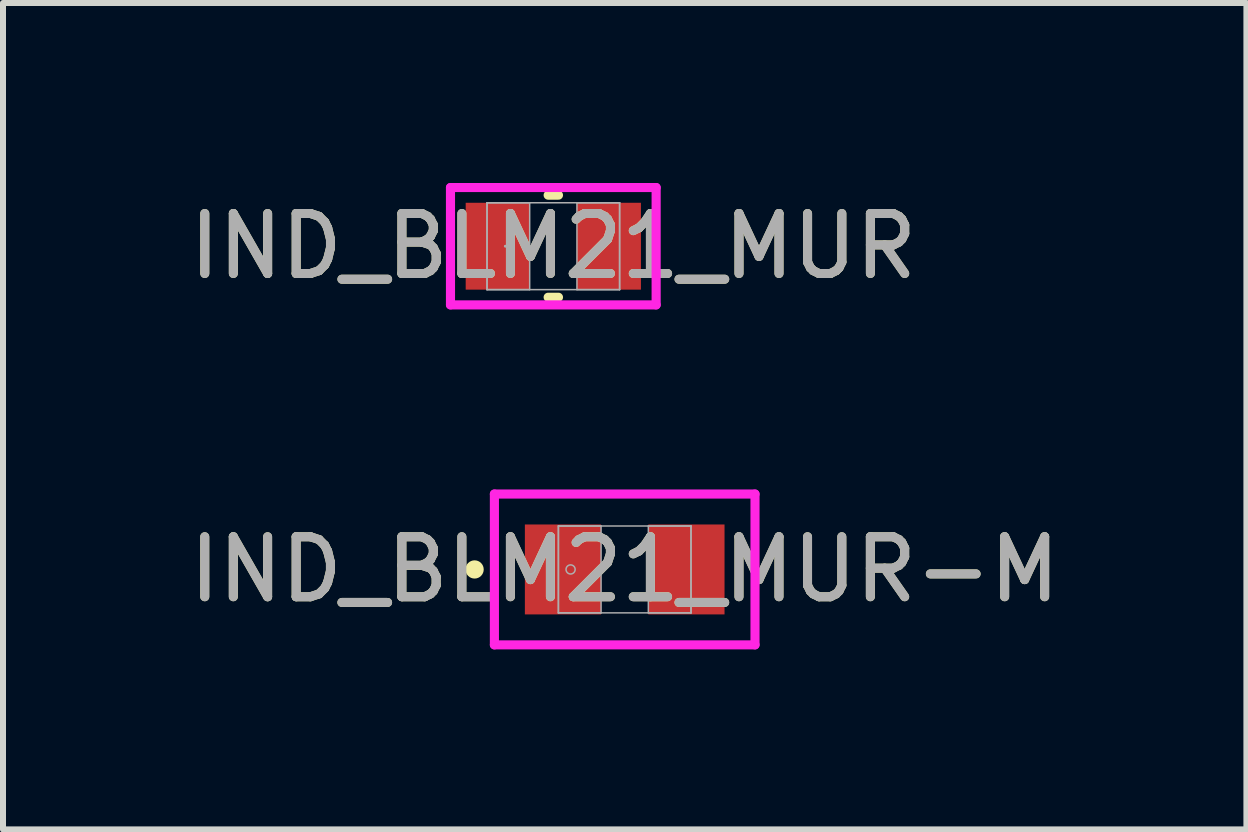
<source format=kicad_pcb>
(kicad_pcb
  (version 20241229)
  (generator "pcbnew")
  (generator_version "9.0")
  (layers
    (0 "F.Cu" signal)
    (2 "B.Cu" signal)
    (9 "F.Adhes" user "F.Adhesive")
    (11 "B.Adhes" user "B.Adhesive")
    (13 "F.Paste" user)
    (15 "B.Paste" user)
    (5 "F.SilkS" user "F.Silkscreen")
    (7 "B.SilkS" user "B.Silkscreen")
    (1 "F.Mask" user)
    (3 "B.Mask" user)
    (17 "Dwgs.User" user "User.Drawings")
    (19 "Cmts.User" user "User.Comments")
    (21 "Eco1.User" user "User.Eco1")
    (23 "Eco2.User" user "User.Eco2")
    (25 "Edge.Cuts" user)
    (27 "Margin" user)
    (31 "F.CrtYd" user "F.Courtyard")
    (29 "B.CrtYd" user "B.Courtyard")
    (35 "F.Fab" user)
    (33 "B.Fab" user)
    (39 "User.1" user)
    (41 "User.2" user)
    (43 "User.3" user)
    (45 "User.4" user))
  (footprint "IND_BLM21_MUR"
    (layer "F.Cu")
    (at 6.173 1.054)
    (property "Reference" "IND_BLM21_MUR" (at 0 0 0) (unlocked yes) (layer "F.SilkS") (effects (font (size 1 1) (thickness 0.15))))
    (attr smd)
    (fp_line (start -0.086 0.851) (end 0.086 0.851) (stroke (width 0.152) (type solid)) (layer "F.SilkS"))
    (fp_line (start 0.086 -0.851) (end -0.086 -0.851) (stroke (width 0.152) (type solid)) (layer "F.SilkS"))
    (fp_line (start -1.714 -0.978) (end 1.714 -0.978) (stroke (width 0.152) (type solid)) (layer "F.CrtYd"))
    (fp_line (start -1.714 0.978) (end -1.714 -0.978) (stroke (width 0.152) (type solid)) (layer "F.CrtYd"))
    (fp_line (start 1.714 -0.978) (end 1.714 0.978) (stroke (width 0.152) (type solid)) (layer "F.CrtYd"))
    (fp_line (start 1.714 0.978) (end -1.714 0.978) (stroke (width 0.152) (type solid)) (layer "F.CrtYd"))
    (fp_line (start -1.105 -0.724) (end -1.105 0.724) (stroke (width 0.025) (type solid)) (layer "F.Fab"))
    (fp_line (start -1.105 -0.724) (end -1.105 0.724) (stroke (width 0.025) (type solid)) (layer "F.Fab"))
    (fp_line (start -1.105 0.724) (end -0.394 0.724) (stroke (width 0.025) (type solid)) (layer "F.Fab"))
    (fp_line (start -1.105 0.724) (end 1.105 0.724) (stroke (width 0.025) (type solid)) (layer "F.Fab"))
    (fp_line (start -0.394 -0.724) (end -1.105 -0.724) (stroke (width 0.025) (type solid)) (layer "F.Fab"))
    (fp_line (start -0.394 0.724) (end -0.394 -0.724) (stroke (width 0.025) (type solid)) (layer "F.Fab"))
    (fp_line (start 0.394 -0.724) (end 0.394 0.724) (stroke (width 0.025) (type solid)) (layer "F.Fab"))
    (fp_line (start 0.394 0.724) (end 1.105 0.724) (stroke (width 0.025) (type solid)) (layer "F.Fab"))
    (fp_line (start 1.105 -0.724) (end -1.105 -0.724) (stroke (width 0.025) (type solid)) (layer "F.Fab"))
    (fp_line (start 1.105 -0.724) (end 0.394 -0.724) (stroke (width 0.025) (type solid)) (layer "F.Fab"))
    (fp_line (start 1.105 0.724) (end 1.105 -0.724) (stroke (width 0.025) (type solid)) (layer "F.Fab"))
    (fp_line (start 1.105 0.724) (end 1.105 -0.724) (stroke (width 0.025) (type solid)) (layer "F.Fab"))
    (fp_circle (center -0.8 0) (end -0.8 0) (stroke (width 0.025) (type solid)) (fill no) (layer "F.Fab"))
    (fp_text user "${REFERENCE}" (at 0 0 0) (unlocked yes) (layer "F.Fab") (effects (font (size 1 1) (thickness 0.15))))
    (pad "1" smd rect (at -0.927 0) (size 1.067 1.448) (layers "F.Cu" "F.Mask" "F.Paste"))
    (pad "2" smd rect (at 0.927 0) (size 1.067 1.448) (layers "F.Cu" "F.Mask" "F.Paste"))
    (zone (net_name "") (layer "F.Cu") (hatch full 0.508) (connect_pads) (min_thickness 0.254) (filled_areas_thickness no) (keepout (tracks not_allowed) (vias not_allowed) (pads allowed) (copperpour not_allowed) (footprints allowed)) (placement (enabled no)) (fill) (polygon (pts (xy 5.83 0.381) (xy 6.516 0.381) (xy 6.516 1.727) (xy 5.83 1.727)))))
  (footprint "IND_BLM21_MUR-M"
    (layer "F.Cu")
    (at 7.363 6.442)
    (property "Reference" "IND_BLM21_MUR-M" (at 0 0 0) (unlocked yes) (layer "F.SilkS") (effects (font (size 1 1) (thickness 0.15))))
    (attr smd)
    (fp_circle (center -2.502 0) (end -2.426 0) (stroke (width 0.152) (type solid)) (fill no) (layer "F.SilkS"))
    (fp_line (start -2.172 -1.257) (end 2.172 -1.257) (stroke (width 0.152) (type solid)) (layer "F.CrtYd"))
    (fp_line (start -2.172 1.257) (end -2.172 -1.257) (stroke (width 0.152) (type solid)) (layer "F.CrtYd"))
    (fp_line (start 2.172 -1.257) (end 2.172 1.257) (stroke (width 0.152) (type solid)) (layer "F.CrtYd"))
    (fp_line (start 2.172 1.257) (end -2.172 1.257) (stroke (width 0.152) (type solid)) (layer "F.CrtYd"))
    (fp_line (start -1.105 -0.724) (end -1.105 0.724) (stroke (width 0.025) (type solid)) (layer "F.Fab"))
    (fp_line (start -1.105 -0.724) (end -1.105 0.724) (stroke (width 0.025) (type solid)) (layer "F.Fab"))
    (fp_line (start -1.105 0.724) (end -0.394 0.724) (stroke (width 0.025) (type solid)) (layer "F.Fab"))
    (fp_line (start -1.105 0.724) (end 1.105 0.724) (stroke (width 0.025) (type solid)) (layer "F.Fab"))
    (fp_line (start -0.394 -0.724) (end -1.105 -0.724) (stroke (width 0.025) (type solid)) (layer "F.Fab"))
    (fp_line (start -0.394 0.724) (end -0.394 -0.724) (stroke (width 0.025) (type solid)) (layer "F.Fab"))
    (fp_line (start 0.394 -0.724) (end 0.394 0.724) (stroke (width 0.025) (type solid)) (layer "F.Fab"))
    (fp_line (start 0.394 0.724) (end 1.105 0.724) (stroke (width 0.025) (type solid)) (layer "F.Fab"))
    (fp_line (start 1.105 -0.724) (end -1.105 -0.724) (stroke (width 0.025) (type solid)) (layer "F.Fab"))
    (fp_line (start 1.105 -0.724) (end 0.394 -0.724) (stroke (width 0.025) (type solid)) (layer "F.Fab"))
    (fp_line (start 1.105 0.724) (end 1.105 -0.724) (stroke (width 0.025) (type solid)) (layer "F.Fab"))
    (fp_line (start 1.105 0.724) (end 1.105 -0.724) (stroke (width 0.025) (type solid)) (layer "F.Fab"))
    (fp_circle (center -0.902 0) (end -0.826 0) (stroke (width 0.025) (type solid)) (fill no) (layer "F.Fab"))
    (fp_text user "${REFERENCE}" (at 0 0 0) (unlocked yes) (layer "F.Fab") (effects (font (size 1 1) (thickness 0.15))))
    (pad "1" smd rect (at -1.029 0) (size 1.27 1.499) (layers "F.Cu" "F.Mask" "F.Paste"))
    (pad "2" smd rect (at 1.029 0) (size 1.27 1.499) (layers "F.Cu" "F.Mask" "F.Paste"))
    (zone (net_name "") (layer "F.Cu") (hatch full 0.508) (connect_pads) (min_thickness 0.254) (filled_areas_thickness no) (keepout (tracks not_allowed) (vias not_allowed) (pads allowed) (copperpour not_allowed) (footprints allowed)) (placement (enabled no)) (fill) (polygon (pts (xy 7.02 5.769) (xy 7.706 5.769) (xy 7.706 7.115) (xy 7.02 7.115)))))
  (gr_rect
    (start -3 -3)
    (end 17.726 10.775)
    (stroke (width 0.1) (type default))
    (fill no)
    (layer "Edge.Cuts")))
</source>
